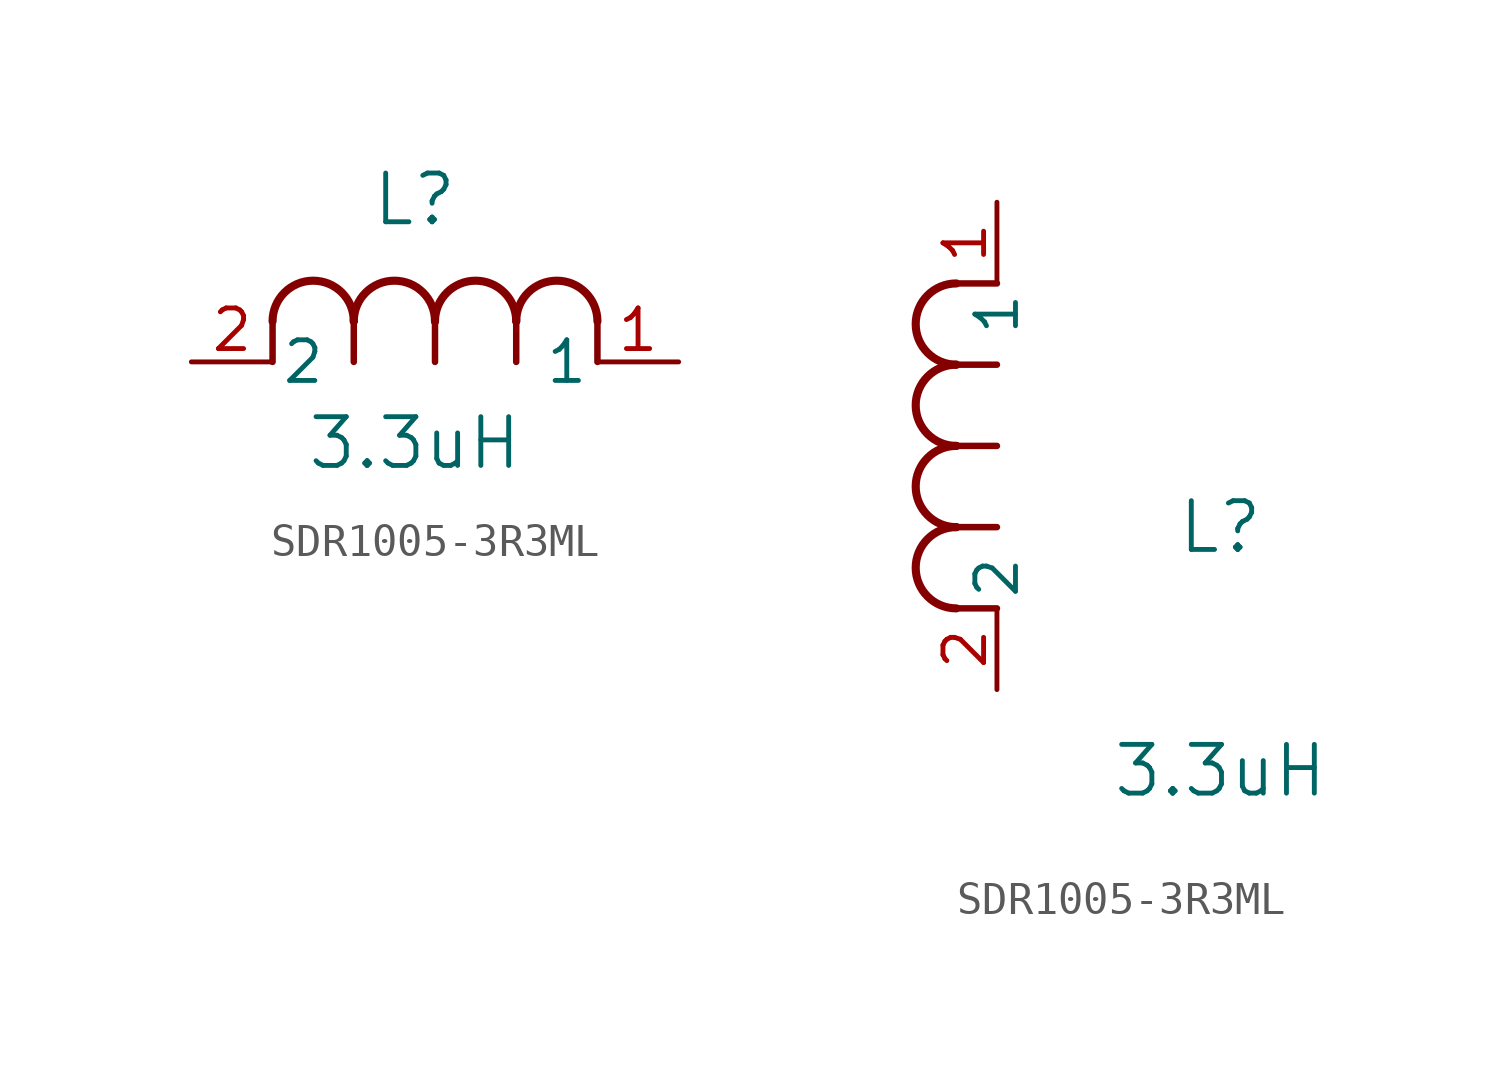
<source format=kicad_sym>
(kicad_symbol_lib
  (version 20220914)
  (generator kicad_symbol_editor)
  (symbol "SDR1005-3R3ML"
    (pin_names
      (offset 0.254))
    (property "Reference" "L"
      (at 6.985 5.08 0)
      (effects (font (size 1.524 1.524))))
    (property "Value" "3.3uH"
      (at 6.985 -2.54 0)
      (effects (font (size 1.524 1.524))))
    (symbol "SDR1005-3R3ML_1_1"
      (polyline (pts (xy 2.54 0) (xy 2.54 1.27)) (stroke (width 0.203) (type default)) (fill (type none)))
      (polyline (pts (xy 5.08 0) (xy 5.08 1.27)) (stroke (width 0.203) (type default)) (fill (type none)))
      (polyline (pts (xy 7.62 0) (xy 7.62 1.27)) (stroke (width 0.203) (type default)) (fill (type none)))
      (polyline (pts (xy 10.16 0) (xy 10.16 1.27)) (stroke (width 0.203) (type default)) (fill (type none)))
      (polyline (pts (xy 12.7 0) (xy 12.7 1.27)) (stroke (width 0.203) (type default)) (fill (type none)))
      (arc (start 5.08 1.27) (mid 3.81 2.5345) (end 2.54 1.27) (stroke (width 0.254) (type default)) (fill (type none)))
      (arc (start 7.62 1.27) (mid 6.35 2.5345) (end 5.08 1.27) (stroke (width 0.254) (type default)) (fill (type none)))
      (arc (start 10.16 1.27) (mid 8.89 2.5345) (end 7.62 1.27) (stroke (width 0.254) (type default)) (fill (type none)))
      (arc (start 12.7 1.27) (mid 11.43 2.5345) (end 10.16 1.27) (stroke (width 0.254) (type default)) (fill (type none)))
      (pin unspecified line (at 15.24 0 180) (length 2.54) (name "1" (effects (font (size 1.27 1.27)))) (number "1" (effects (font (size 1.27 1.27)))))
      (pin unspecified line (at 0 0 0) (length 2.54) (name "2" (effects (font (size 1.27 1.27)))) (number "2" (effects (font (size 1.27 1.27))))))
    (symbol "SDR1005-3R3ML_1_2"
      (arc (start -1.27 5.08) (mid -2.5345 3.81) (end -1.27 2.54) (stroke (width 0.254) (type default)) (fill (type none)))
      (arc (start -1.27 7.62) (mid -2.5345 6.35) (end -1.27 5.08) (stroke (width 0.254) (type default)) (fill (type none)))
      (arc (start -1.27 10.16) (mid -2.5345 8.89) (end -1.27 7.62) (stroke (width 0.254) (type default)) (fill (type none)))
      (arc (start -1.27 12.7) (mid -2.5345 11.43) (end -1.27 10.16) (stroke (width 0.254) (type default)) (fill (type none)))
      (polyline (pts (xy 0 2.54) (xy -1.27 2.54)) (stroke (width 0.203) (type default)) (fill (type none)))
      (polyline (pts (xy 0 5.08) (xy -1.27 5.08)) (stroke (width 0.203) (type default)) (fill (type none)))
      (polyline (pts (xy 0 7.62) (xy -1.27 7.62)) (stroke (width 0.203) (type default)) (fill (type none)))
      (polyline (pts (xy 0 10.16) (xy -1.27 10.16)) (stroke (width 0.203) (type default)) (fill (type none)))
      (polyline (pts (xy 0 12.7) (xy -1.27 12.7)) (stroke (width 0.203) (type default)) (fill (type none)))
      (pin unspecified line (at 0 15.24 270) (length 2.54) (name "1" (effects (font (size 1.27 1.27)))) (number "1" (effects (font (size 1.27 1.27)))))
      (pin unspecified line (at 0 0 90) (length 2.54) (name "2" (effects (font (size 1.27 1.27)))) (number "2" (effects (font (size 1.27 1.27))))))))
</source>
